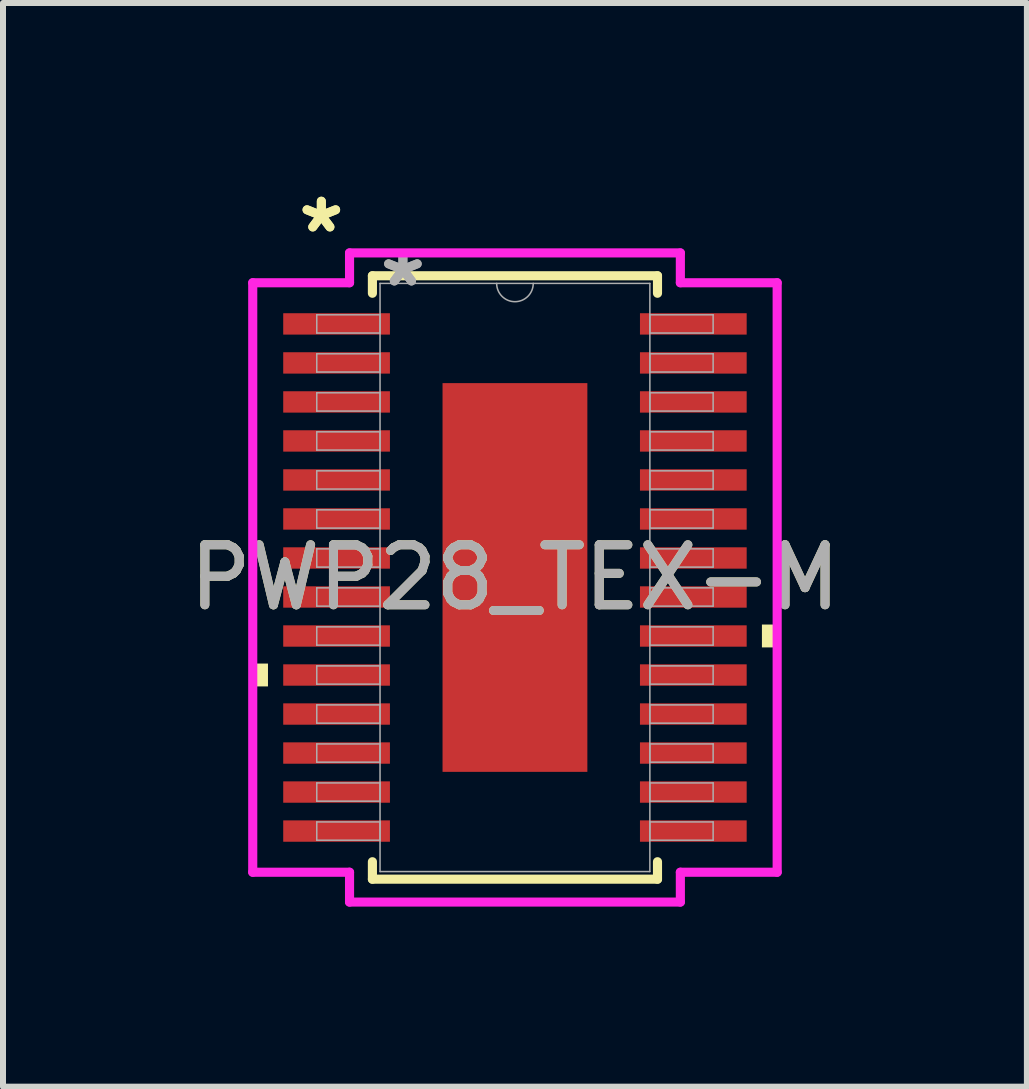
<source format=kicad_pcb>
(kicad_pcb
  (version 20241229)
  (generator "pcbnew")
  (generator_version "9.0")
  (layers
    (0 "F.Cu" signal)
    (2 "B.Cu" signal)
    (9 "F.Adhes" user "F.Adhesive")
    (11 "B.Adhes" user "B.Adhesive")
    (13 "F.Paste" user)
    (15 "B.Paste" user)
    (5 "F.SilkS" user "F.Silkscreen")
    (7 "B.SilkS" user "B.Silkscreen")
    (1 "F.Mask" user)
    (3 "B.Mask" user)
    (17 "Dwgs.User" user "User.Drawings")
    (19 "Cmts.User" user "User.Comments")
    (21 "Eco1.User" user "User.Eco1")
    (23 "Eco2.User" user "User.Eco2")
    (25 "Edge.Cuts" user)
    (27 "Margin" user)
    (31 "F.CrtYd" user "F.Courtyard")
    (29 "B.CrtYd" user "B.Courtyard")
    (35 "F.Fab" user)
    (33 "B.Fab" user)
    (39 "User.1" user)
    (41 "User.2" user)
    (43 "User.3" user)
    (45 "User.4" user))
  (footprint "PWP28_TEX-M"
    (layer "F.Cu")
    (at 5.53 6.572)
    (property "Reference" "PWP28_TEX-M" (at 0 0 0) (unlocked yes) (layer "F.SilkS") (effects (font (size 1 1) (thickness 0.15))))
    (attr smd)
    (fp_line (start -2.375 -5.027) (end -2.375 -4.736) (stroke (width 0.152) (type solid)) (layer "F.SilkS"))
    (fp_line (start -2.375 4.736) (end -2.375 5.027) (stroke (width 0.152) (type solid)) (layer "F.SilkS"))
    (fp_line (start -2.375 5.027) (end 2.375 5.027) (stroke (width 0.152) (type solid)) (layer "F.SilkS"))
    (fp_line (start 2.375 -5.027) (end -2.375 -5.027) (stroke (width 0.152) (type solid)) (layer "F.SilkS"))
    (fp_line (start 2.375 -4.736) (end 2.375 -5.027) (stroke (width 0.152) (type solid)) (layer "F.SilkS"))
    (fp_line (start 2.375 5.027) (end 2.375 4.736) (stroke (width 0.152) (type solid)) (layer "F.SilkS"))
    (fp_poly (pts (xy -4.369 1.434) (xy -4.369 1.815) (xy -4.115 1.815) (xy -4.115 1.434)) (stroke (width 0) (type solid)) (fill yes) (layer "F.SilkS"))
    (fp_poly (pts (xy 4.369 0.784) (xy 4.369 1.165) (xy 4.115 1.165) (xy 4.115 0.784)) (stroke (width 0) (type solid)) (fill yes) (layer "F.SilkS"))
    (fp_poly (pts (xy -1.107 -3.139) (xy -1.107 -2.043) (xy 1.107 -2.043) (xy 1.107 -3.139)) (stroke (width 0) (type solid)) (fill yes) (layer "F.Paste"))
    (fp_poly (pts (xy -1.107 -1.843) (xy -1.107 -0.748) (xy 1.107 -0.748) (xy 1.107 -1.843)) (stroke (width 0) (type solid)) (fill yes) (layer "F.Paste"))
    (fp_poly (pts (xy -1.107 -0.548) (xy -1.107 0.548) (xy 1.107 0.548) (xy 1.107 -0.548)) (stroke (width 0) (type solid)) (fill yes) (layer "F.Paste"))
    (fp_poly (pts (xy -1.107 0.748) (xy -1.107 1.843) (xy 1.107 1.843) (xy 1.107 0.748)) (stroke (width 0) (type solid)) (fill yes) (layer "F.Paste"))
    (fp_poly (pts (xy -1.107 2.043) (xy -1.107 3.139) (xy 1.107 3.139) (xy 1.107 2.043)) (stroke (width 0) (type solid)) (fill yes) (layer "F.Paste"))
    (fp_line (start -4.369 -4.911) (end -2.756 -4.911) (stroke (width 0.152) (type solid)) (layer "F.CrtYd"))
    (fp_line (start -4.369 4.911) (end -4.369 -4.911) (stroke (width 0.152) (type solid)) (layer "F.CrtYd"))
    (fp_line (start -4.369 4.911) (end -2.756 4.911) (stroke (width 0.152) (type solid)) (layer "F.CrtYd"))
    (fp_line (start -2.756 -5.408) (end 2.756 -5.408) (stroke (width 0.152) (type solid)) (layer "F.CrtYd"))
    (fp_line (start -2.756 -4.911) (end -2.756 -5.408) (stroke (width 0.152) (type solid)) (layer "F.CrtYd"))
    (fp_line (start -2.756 5.408) (end -2.756 4.911) (stroke (width 0.152) (type solid)) (layer "F.CrtYd"))
    (fp_line (start 2.756 -5.408) (end 2.756 -4.911) (stroke (width 0.152) (type solid)) (layer "F.CrtYd"))
    (fp_line (start 2.756 4.911) (end 2.756 5.408) (stroke (width 0.152) (type solid)) (layer "F.CrtYd"))
    (fp_line (start 2.756 5.408) (end -2.756 5.408) (stroke (width 0.152) (type solid)) (layer "F.CrtYd"))
    (fp_line (start 4.369 -4.911) (end 2.756 -4.911) (stroke (width 0.152) (type solid)) (layer "F.CrtYd"))
    (fp_line (start 4.369 -4.911) (end 4.369 4.911) (stroke (width 0.152) (type solid)) (layer "F.CrtYd"))
    (fp_line (start 4.369 4.911) (end 2.756 4.911) (stroke (width 0.152) (type solid)) (layer "F.CrtYd"))
    (fp_line (start -3.302 -4.377) (end -3.302 -4.073) (stroke (width 0.025) (type solid)) (layer "F.Fab"))
    (fp_line (start -3.302 -4.073) (end -2.248 -4.073) (stroke (width 0.025) (type solid)) (layer "F.Fab"))
    (fp_line (start -3.302 -3.727) (end -3.302 -3.423) (stroke (width 0.025) (type solid)) (layer "F.Fab"))
    (fp_line (start -3.302 -3.423) (end -2.248 -3.423) (stroke (width 0.025) (type solid)) (layer "F.Fab"))
    (fp_line (start -3.302 -3.077) (end -3.302 -2.773) (stroke (width 0.025) (type solid)) (layer "F.Fab"))
    (fp_line (start -3.302 -2.773) (end -2.248 -2.773) (stroke (width 0.025) (type solid)) (layer "F.Fab"))
    (fp_line (start -3.302 -2.427) (end -3.302 -2.123) (stroke (width 0.025) (type solid)) (layer "F.Fab"))
    (fp_line (start -3.302 -2.123) (end -2.248 -2.123) (stroke (width 0.025) (type solid)) (layer "F.Fab"))
    (fp_line (start -3.302 -1.777) (end -3.302 -1.473) (stroke (width 0.025) (type solid)) (layer "F.Fab"))
    (fp_line (start -3.302 -1.473) (end -2.248 -1.473) (stroke (width 0.025) (type solid)) (layer "F.Fab"))
    (fp_line (start -3.302 -1.127) (end -3.302 -0.823) (stroke (width 0.025) (type solid)) (layer "F.Fab"))
    (fp_line (start -3.302 -0.823) (end -2.248 -0.823) (stroke (width 0.025) (type solid)) (layer "F.Fab"))
    (fp_line (start -3.302 -0.477) (end -3.302 -0.173) (stroke (width 0.025) (type solid)) (layer "F.Fab"))
    (fp_line (start -3.302 -0.173) (end -2.248 -0.173) (stroke (width 0.025) (type solid)) (layer "F.Fab"))
    (fp_line (start -3.302 0.173) (end -3.302 0.477) (stroke (width 0.025) (type solid)) (layer "F.Fab"))
    (fp_line (start -3.302 0.477) (end -2.248 0.477) (stroke (width 0.025) (type solid)) (layer "F.Fab"))
    (fp_line (start -3.302 0.823) (end -3.302 1.127) (stroke (width 0.025) (type solid)) (layer "F.Fab"))
    (fp_line (start -3.302 1.127) (end -2.248 1.127) (stroke (width 0.025) (type solid)) (layer "F.Fab"))
    (fp_line (start -3.302 1.473) (end -3.302 1.777) (stroke (width 0.025) (type solid)) (layer "F.Fab"))
    (fp_line (start -3.302 1.777) (end -2.248 1.777) (stroke (width 0.025) (type solid)) (layer "F.Fab"))
    (fp_line (start -3.302 2.123) (end -3.302 2.427) (stroke (width 0.025) (type solid)) (layer "F.Fab"))
    (fp_line (start -3.302 2.427) (end -2.248 2.427) (stroke (width 0.025) (type solid)) (layer "F.Fab"))
    (fp_line (start -3.302 2.773) (end -3.302 3.077) (stroke (width 0.025) (type solid)) (layer "F.Fab"))
    (fp_line (start -3.302 3.077) (end -2.248 3.077) (stroke (width 0.025) (type solid)) (layer "F.Fab"))
    (fp_line (start -3.302 3.423) (end -3.302 3.727) (stroke (width 0.025) (type solid)) (layer "F.Fab"))
    (fp_line (start -3.302 3.727) (end -2.248 3.727) (stroke (width 0.025) (type solid)) (layer "F.Fab"))
    (fp_line (start -3.302 4.073) (end -3.302 4.377) (stroke (width 0.025) (type solid)) (layer "F.Fab"))
    (fp_line (start -3.302 4.377) (end -2.248 4.377) (stroke (width 0.025) (type solid)) (layer "F.Fab"))
    (fp_line (start -2.248 -4.9) (end -2.248 4.9) (stroke (width 0.025) (type solid)) (layer "F.Fab"))
    (fp_line (start -2.248 -4.377) (end -3.302 -4.377) (stroke (width 0.025) (type solid)) (layer "F.Fab"))
    (fp_line (start -2.248 -4.073) (end -2.248 -4.377) (stroke (width 0.025) (type solid)) (layer "F.Fab"))
    (fp_line (start -2.248 -3.727) (end -3.302 -3.727) (stroke (width 0.025) (type solid)) (layer "F.Fab"))
    (fp_line (start -2.248 -3.423) (end -2.248 -3.727) (stroke (width 0.025) (type solid)) (layer "F.Fab"))
    (fp_line (start -2.248 -3.077) (end -3.302 -3.077) (stroke (width 0.025) (type solid)) (layer "F.Fab"))
    (fp_line (start -2.248 -2.773) (end -2.248 -3.077) (stroke (width 0.025) (type solid)) (layer "F.Fab"))
    (fp_line (start -2.248 -2.427) (end -3.302 -2.427) (stroke (width 0.025) (type solid)) (layer "F.Fab"))
    (fp_line (start -2.248 -2.123) (end -2.248 -2.427) (stroke (width 0.025) (type solid)) (layer "F.Fab"))
    (fp_line (start -2.248 -1.777) (end -3.302 -1.777) (stroke (width 0.025) (type solid)) (layer "F.Fab"))
    (fp_line (start -2.248 -1.473) (end -2.248 -1.777) (stroke (width 0.025) (type solid)) (layer "F.Fab"))
    (fp_line (start -2.248 -1.127) (end -3.302 -1.127) (stroke (width 0.025) (type solid)) (layer "F.Fab"))
    (fp_line (start -2.248 -0.823) (end -2.248 -1.127) (stroke (width 0.025) (type solid)) (layer "F.Fab"))
    (fp_line (start -2.248 -0.477) (end -3.302 -0.477) (stroke (width 0.025) (type solid)) (layer "F.Fab"))
    (fp_line (start -2.248 -0.173) (end -2.248 -0.477) (stroke (width 0.025) (type solid)) (layer "F.Fab"))
    (fp_line (start -2.248 0.173) (end -3.302 0.173) (stroke (width 0.025) (type solid)) (layer "F.Fab"))
    (fp_line (start -2.248 0.477) (end -2.248 0.173) (stroke (width 0.025) (type solid)) (layer "F.Fab"))
    (fp_line (start -2.248 0.823) (end -3.302 0.823) (stroke (width 0.025) (type solid)) (layer "F.Fab"))
    (fp_line (start -2.248 1.127) (end -2.248 0.823) (stroke (width 0.025) (type solid)) (layer "F.Fab"))
    (fp_line (start -2.248 1.473) (end -3.302 1.473) (stroke (width 0.025) (type solid)) (layer "F.Fab"))
    (fp_line (start -2.248 1.777) (end -2.248 1.473) (stroke (width 0.025) (type solid)) (layer "F.Fab"))
    (fp_line (start -2.248 2.123) (end -3.302 2.123) (stroke (width 0.025) (type solid)) (layer "F.Fab"))
    (fp_line (start -2.248 2.427) (end -2.248 2.123) (stroke (width 0.025) (type solid)) (layer "F.Fab"))
    (fp_line (start -2.248 2.773) (end -3.302 2.773) (stroke (width 0.025) (type solid)) (layer "F.Fab"))
    (fp_line (start -2.248 3.077) (end -2.248 2.773) (stroke (width 0.025) (type solid)) (layer "F.Fab"))
    (fp_line (start -2.248 3.423) (end -3.302 3.423) (stroke (width 0.025) (type solid)) (layer "F.Fab"))
    (fp_line (start -2.248 3.727) (end -2.248 3.423) (stroke (width 0.025) (type solid)) (layer "F.Fab"))
    (fp_line (start -2.248 4.073) (end -3.302 4.073) (stroke (width 0.025) (type solid)) (layer "F.Fab"))
    (fp_line (start -2.248 4.377) (end -2.248 4.073) (stroke (width 0.025) (type solid)) (layer "F.Fab"))
    (fp_line (start -2.248 4.9) (end 2.248 4.9) (stroke (width 0.025) (type solid)) (layer "F.Fab"))
    (fp_line (start 2.248 -4.9) (end -2.248 -4.9) (stroke (width 0.025) (type solid)) (layer "F.Fab"))
    (fp_line (start 2.248 -4.377) (end 2.248 -4.073) (stroke (width 0.025) (type solid)) (layer "F.Fab"))
    (fp_line (start 2.248 -4.073) (end 3.302 -4.073) (stroke (width 0.025) (type solid)) (layer "F.Fab"))
    (fp_line (start 2.248 -3.727) (end 2.248 -3.423) (stroke (width 0.025) (type solid)) (layer "F.Fab"))
    (fp_line (start 2.248 -3.423) (end 3.302 -3.423) (stroke (width 0.025) (type solid)) (layer "F.Fab"))
    (fp_line (start 2.248 -3.077) (end 2.248 -2.773) (stroke (width 0.025) (type solid)) (layer "F.Fab"))
    (fp_line (start 2.248 -2.773) (end 3.302 -2.773) (stroke (width 0.025) (type solid)) (layer "F.Fab"))
    (fp_line (start 2.248 -2.427) (end 2.248 -2.123) (stroke (width 0.025) (type solid)) (layer "F.Fab"))
    (fp_line (start 2.248 -2.123) (end 3.302 -2.123) (stroke (width 0.025) (type solid)) (layer "F.Fab"))
    (fp_line (start 2.248 -1.777) (end 2.248 -1.473) (stroke (width 0.025) (type solid)) (layer "F.Fab"))
    (fp_line (start 2.248 -1.473) (end 3.302 -1.473) (stroke (width 0.025) (type solid)) (layer "F.Fab"))
    (fp_line (start 2.248 -1.127) (end 2.248 -0.823) (stroke (width 0.025) (type solid)) (layer "F.Fab"))
    (fp_line (start 2.248 -0.823) (end 3.302 -0.823) (stroke (width 0.025) (type solid)) (layer "F.Fab"))
    (fp_line (start 2.248 -0.477) (end 2.248 -0.173) (stroke (width 0.025) (type solid)) (layer "F.Fab"))
    (fp_line (start 2.248 -0.173) (end 3.302 -0.173) (stroke (width 0.025) (type solid)) (layer "F.Fab"))
    (fp_line (start 2.248 0.173) (end 2.248 0.477) (stroke (width 0.025) (type solid)) (layer "F.Fab"))
    (fp_line (start 2.248 0.477) (end 3.302 0.477) (stroke (width 0.025) (type solid)) (layer "F.Fab"))
    (fp_line (start 2.248 0.823) (end 2.248 1.127) (stroke (width 0.025) (type solid)) (layer "F.Fab"))
    (fp_line (start 2.248 1.127) (end 3.302 1.127) (stroke (width 0.025) (type solid)) (layer "F.Fab"))
    (fp_line (start 2.248 1.473) (end 2.248 1.777) (stroke (width 0.025) (type solid)) (layer "F.Fab"))
    (fp_line (start 2.248 1.777) (end 3.302 1.777) (stroke (width 0.025) (type solid)) (layer "F.Fab"))
    (fp_line (start 2.248 2.123) (end 2.248 2.427) (stroke (width 0.025) (type solid)) (layer "F.Fab"))
    (fp_line (start 2.248 2.427) (end 3.302 2.427) (stroke (width 0.025) (type solid)) (layer "F.Fab"))
    (fp_line (start 2.248 2.773) (end 2.248 3.077) (stroke (width 0.025) (type solid)) (layer "F.Fab"))
    (fp_line (start 2.248 3.077) (end 3.302 3.077) (stroke (width 0.025) (type solid)) (layer "F.Fab"))
    (fp_line (start 2.248 3.423) (end 2.248 3.727) (stroke (width 0.025) (type solid)) (layer "F.Fab"))
    (fp_line (start 2.248 3.727) (end 3.302 3.727) (stroke (width 0.025) (type solid)) (layer "F.Fab"))
    (fp_line (start 2.248 4.073) (end 2.248 4.377) (stroke (width 0.025) (type solid)) (layer "F.Fab"))
    (fp_line (start 2.248 4.377) (end 3.302 4.377) (stroke (width 0.025) (type solid)) (layer "F.Fab"))
    (fp_line (start 2.248 4.9) (end 2.248 -4.9) (stroke (width 0.025) (type solid)) (layer "F.Fab"))
    (fp_line (start 3.302 -4.377) (end 2.248 -4.377) (stroke (width 0.025) (type solid)) (layer "F.Fab"))
    (fp_line (start 3.302 -4.073) (end 3.302 -4.377) (stroke (width 0.025) (type solid)) (layer "F.Fab"))
    (fp_line (start 3.302 -3.727) (end 2.248 -3.727) (stroke (width 0.025) (type solid)) (layer "F.Fab"))
    (fp_line (start 3.302 -3.423) (end 3.302 -3.727) (stroke (width 0.025) (type solid)) (layer "F.Fab"))
    (fp_line (start 3.302 -3.077) (end 2.248 -3.077) (stroke (width 0.025) (type solid)) (layer "F.Fab"))
    (fp_line (start 3.302 -2.773) (end 3.302 -3.077) (stroke (width 0.025) (type solid)) (layer "F.Fab"))
    (fp_line (start 3.302 -2.427) (end 2.248 -2.427) (stroke (width 0.025) (type solid)) (layer "F.Fab"))
    (fp_line (start 3.302 -2.123) (end 3.302 -2.427) (stroke (width 0.025) (type solid)) (layer "F.Fab"))
    (fp_line (start 3.302 -1.777) (end 2.248 -1.777) (stroke (width 0.025) (type solid)) (layer "F.Fab"))
    (fp_line (start 3.302 -1.473) (end 3.302 -1.777) (stroke (width 0.025) (type solid)) (layer "F.Fab"))
    (fp_line (start 3.302 -1.127) (end 2.248 -1.127) (stroke (width 0.025) (type solid)) (layer "F.Fab"))
    (fp_line (start 3.302 -0.823) (end 3.302 -1.127) (stroke (width 0.025) (type solid)) (layer "F.Fab"))
    (fp_line (start 3.302 -0.477) (end 2.248 -0.477) (stroke (width 0.025) (type solid)) (layer "F.Fab"))
    (fp_line (start 3.302 -0.173) (end 3.302 -0.477) (stroke (width 0.025) (type solid)) (layer "F.Fab"))
    (fp_line (start 3.302 0.173) (end 2.248 0.173) (stroke (width 0.025) (type solid)) (layer "F.Fab"))
    (fp_line (start 3.302 0.477) (end 3.302 0.173) (stroke (width 0.025) (type solid)) (layer "F.Fab"))
    (fp_line (start 3.302 0.823) (end 2.248 0.823) (stroke (width 0.025) (type solid)) (layer "F.Fab"))
    (fp_line (start 3.302 1.127) (end 3.302 0.823) (stroke (width 0.025) (type solid)) (layer "F.Fab"))
    (fp_line (start 3.302 1.473) (end 2.248 1.473) (stroke (width 0.025) (type solid)) (layer "F.Fab"))
    (fp_line (start 3.302 1.777) (end 3.302 1.473) (stroke (width 0.025) (type solid)) (layer "F.Fab"))
    (fp_line (start 3.302 2.123) (end 2.248 2.123) (stroke (width 0.025) (type solid)) (layer "F.Fab"))
    (fp_line (start 3.302 2.427) (end 3.302 2.123) (stroke (width 0.025) (type solid)) (layer "F.Fab"))
    (fp_line (start 3.302 2.773) (end 2.248 2.773) (stroke (width 0.025) (type solid)) (layer "F.Fab"))
    (fp_line (start 3.302 3.077) (end 3.302 2.773) (stroke (width 0.025) (type solid)) (layer "F.Fab"))
    (fp_line (start 3.302 3.423) (end 2.248 3.423) (stroke (width 0.025) (type solid)) (layer "F.Fab"))
    (fp_line (start 3.302 3.727) (end 3.302 3.423) (stroke (width 0.025) (type solid)) (layer "F.Fab"))
    (fp_line (start 3.302 4.073) (end 2.248 4.073) (stroke (width 0.025) (type solid)) (layer "F.Fab"))
    (fp_line (start 3.302 4.377) (end 3.302 4.073) (stroke (width 0.025) (type solid)) (layer "F.Fab"))
    (fp_arc (start 0.3048 -4.900001) (mid 0 -4.595201) (end -0.3048 -4.900001) (stroke (width 0.0254) (type solid)) (layer "F.Fab"))
    (fp_text user "*" (at -3.226 -5.724 0) (unlocked yes) (layer "F.SilkS") (effects (font (size 1 1) (thickness 0.15))))
    (fp_text user "*" (at -3.226 -5.724 0) (layer "F.SilkS") (effects (font (size 1 1) (thickness 0.15))))
    (fp_text user "*" (at -1.867 -4.824 0) (unlocked yes) (layer "F.Fab") (effects (font (size 1 1) (thickness 0.15))))
    (fp_text user "${REFERENCE}" (at 0 0 0) (unlocked yes) (layer "F.Fab") (effects (font (size 1 1) (thickness 0.15))))
    (fp_text user "*" (at -1.867 -4.824 0) (layer "F.Fab") (effects (font (size 1 1) (thickness 0.15))))
    (pad "1" smd rect (at -2.972 -4.225) (size 1.778 0.356) (layers "F.Cu" "F.Mask" "F.Paste"))
    (pad "2" smd rect (at -2.972 -3.575) (size 1.778 0.356) (layers "F.Cu" "F.Mask" "F.Paste"))
    (pad "3" smd rect (at -2.972 -2.925) (size 1.778 0.356) (layers "F.Cu" "F.Mask" "F.Paste"))
    (pad "4" smd rect (at -2.972 -2.275) (size 1.778 0.356) (layers "F.Cu" "F.Mask" "F.Paste"))
    (pad "5" smd rect (at -2.972 -1.625) (size 1.778 0.356) (layers "F.Cu" "F.Mask" "F.Paste"))
    (pad "6" smd rect (at -2.972 -0.975) (size 1.778 0.356) (layers "F.Cu" "F.Mask" "F.Paste"))
    (pad "7" smd rect (at -2.972 -0.325) (size 1.778 0.356) (layers "F.Cu" "F.Mask" "F.Paste"))
    (pad "8" smd rect (at -2.972 0.325) (size 1.778 0.356) (layers "F.Cu" "F.Mask" "F.Paste"))
    (pad "9" smd rect (at -2.972 0.975) (size 1.778 0.356) (layers "F.Cu" "F.Mask" "F.Paste"))
    (pad "10" smd rect (at -2.972 1.625) (size 1.778 0.356) (layers "F.Cu" "F.Mask" "F.Paste"))
    (pad "11" smd rect (at -2.972 2.275) (size 1.778 0.356) (layers "F.Cu" "F.Mask" "F.Paste"))
    (pad "12" smd rect (at -2.972 2.925) (size 1.778 0.356) (layers "F.Cu" "F.Mask" "F.Paste"))
    (pad "13" smd rect (at -2.972 3.575) (size 1.778 0.356) (layers "F.Cu" "F.Mask" "F.Paste"))
    (pad "14" smd rect (at -2.972 4.225) (size 1.778 0.356) (layers "F.Cu" "F.Mask" "F.Paste"))
    (pad "15" smd rect (at 2.972 4.225) (size 1.778 0.356) (layers "F.Cu" "F.Mask" "F.Paste"))
    (pad "16" smd rect (at 2.972 3.575) (size 1.778 0.356) (layers "F.Cu" "F.Mask" "F.Paste"))
    (pad "17" smd rect (at 2.972 2.925) (size 1.778 0.356) (layers "F.Cu" "F.Mask" "F.Paste"))
    (pad "18" smd rect (at 2.972 2.275) (size 1.778 0.356) (layers "F.Cu" "F.Mask" "F.Paste"))
    (pad "19" smd rect (at 2.972 1.625) (size 1.778 0.356) (layers "F.Cu" "F.Mask" "F.Paste"))
    (pad "20" smd rect (at 2.972 0.975) (size 1.778 0.356) (layers "F.Cu" "F.Mask" "F.Paste"))
    (pad "21" smd rect (at 2.972 0.325) (size 1.778 0.356) (layers "F.Cu" "F.Mask" "F.Paste"))
    (pad "22" smd rect (at 2.972 -0.325) (size 1.778 0.356) (layers "F.Cu" "F.Mask" "F.Paste"))
    (pad "23" smd rect (at 2.972 -0.975) (size 1.778 0.356) (layers "F.Cu" "F.Mask" "F.Paste"))
    (pad "24" smd rect (at 2.972 -1.625) (size 1.778 0.356) (layers "F.Cu" "F.Mask" "F.Paste"))
    (pad "25" smd rect (at 2.972 -2.275) (size 1.778 0.356) (layers "F.Cu" "F.Mask" "F.Paste"))
    (pad "26" smd rect (at 2.972 -2.925) (size 1.778 0.356) (layers "F.Cu" "F.Mask" "F.Paste"))
    (pad "27" smd rect (at 2.972 -3.575) (size 1.778 0.356) (layers "F.Cu" "F.Mask" "F.Paste"))
    (pad "28" smd rect (at 2.972 -4.225) (size 1.778 0.356) (layers "F.Cu" "F.Mask" "F.Paste"))
    (pad "EPAD" smd rect (at 0 0) (size 2.413 6.477) (layers "F.Cu" "F.Mask")))
  (gr_rect
    (start -3 -3)
    (end 14.06 15.056)
    (stroke (width 0.1) (type default))
    (fill no)
    (layer "Edge.Cuts")))
</source>
